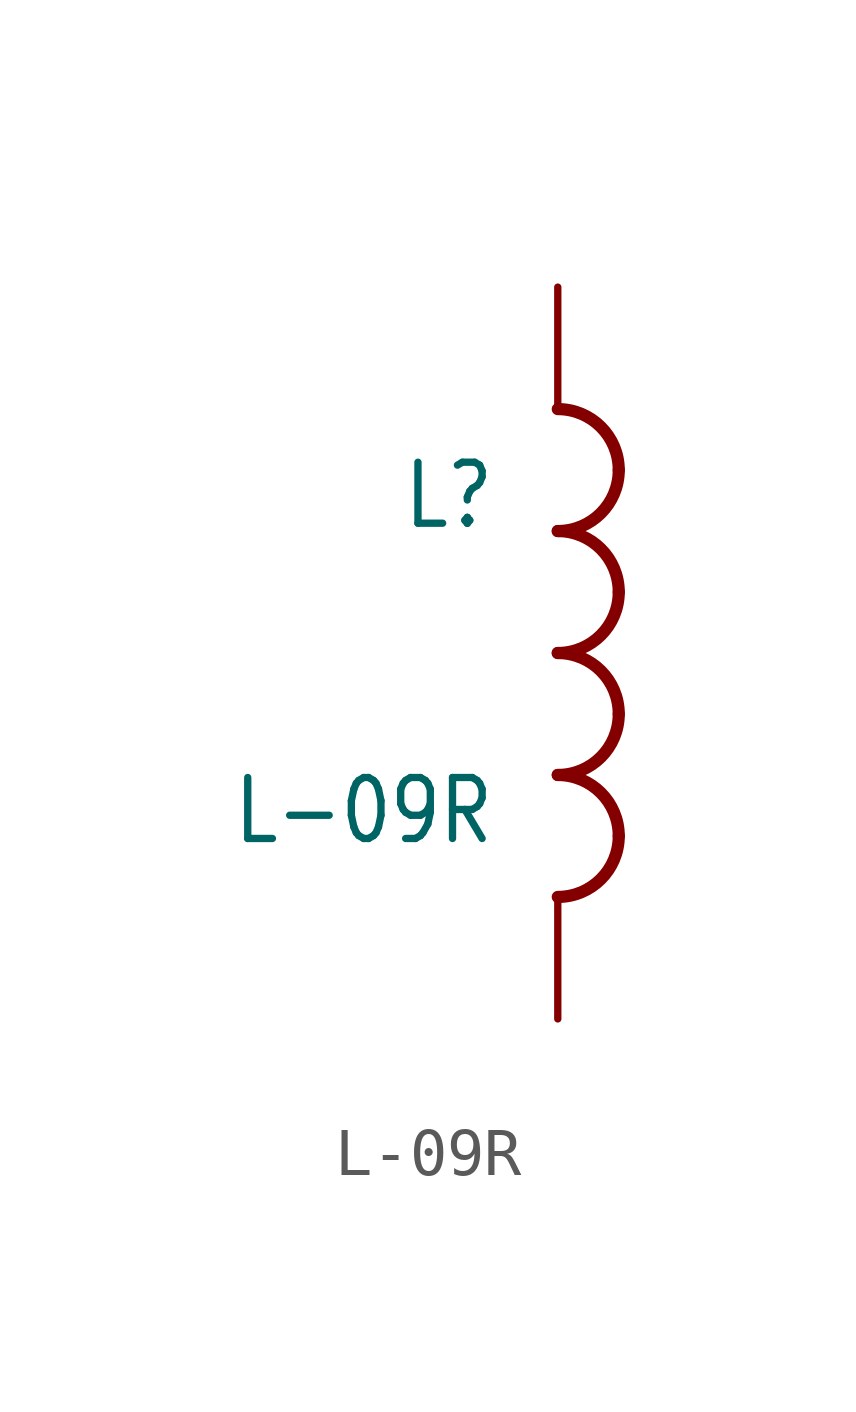
<source format=kicad_sym>
(kicad_symbol_lib
  (version 20201005)
  (generator kicad_symbol_editor)
  (symbol "L-09R"
    (property "Reference" "L"
      (at -1.27 2.54 0)
      (effects (font (size 1.27 1.079)) (justify right bottom)))
    (property "Value" "L-09R"
      (at -1.27 -2.54 0)
      (effects (font (size 1.27 1.079)) (justify right top)))
    (property "ki_locked" ""
      (at 0 0 0)
      (effects (font (size 1.27 1.27))))
    (symbol "L-09R_1_0"
      (arc (start 1.27 -3.81) (end 0 -2.54) (radius (at 0 -3.81) (length 1.27) (angles 0 90)) (stroke (width 0.254)) (fill (type none)))
      (arc (start 0 -5.08) (end 1.27 -3.81) (radius (at 0 -3.81) (length 1.27) (angles -90 0)) (stroke (width 0.254)) (fill (type none)))
      (arc (start 1.27 -1.27) (end 0 0) (radius (at 0 -1.27) (length 1.27) (angles 0 90)) (stroke (width 0.254)) (fill (type none)))
      (arc (start 0 -2.54) (end 1.27 -1.27) (radius (at 0 -1.27) (length 1.27) (angles -90 0)) (stroke (width 0.254)) (fill (type none)))
      (arc (start 1.27 1.27) (end 0 2.54) (radius (at 0 1.27) (length 1.27) (angles 0 90)) (stroke (width 0.254)) (fill (type none)))
      (arc (start 0 0) (end 1.27 1.27) (radius (at 0 1.27) (length 1.27) (angles -90 0)) (stroke (width 0.254)) (fill (type none)))
      (arc (start 1.27 3.81) (end 0 5.08) (radius (at 0 3.81) (length 1.27) (angles 0 90)) (stroke (width 0.254)) (fill (type none)))
      (arc (start 0 2.54) (end 1.27 3.81) (radius (at 0 3.81) (length 1.27) (angles -90 0)) (stroke (width 0.254)) (fill (type none)))
      (pin passive line (at 0 7.62 270) (length 2.54) (name "1" (effects (font (size 0 0)))) (number "P$1" (effects (font (size 0 0)))))
      (pin passive line (at 0 -7.62 90) (length 2.54) (name "2" (effects (font (size 0 0)))) (number "P$2" (effects (font (size 0 0))))))))
</source>
